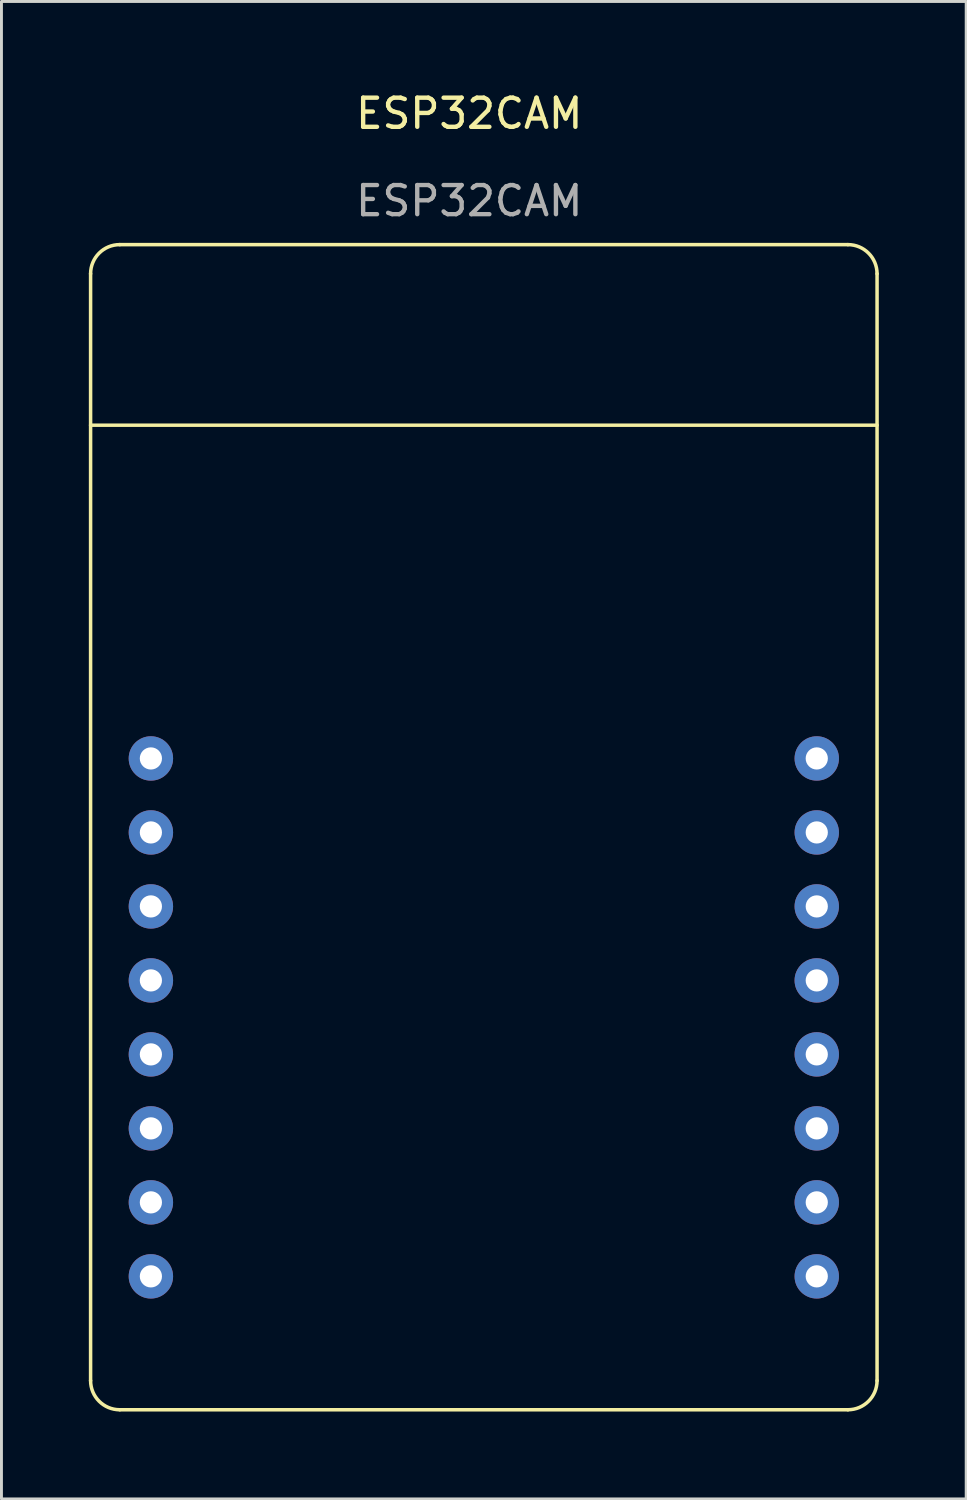
<source format=kicad_pcb>
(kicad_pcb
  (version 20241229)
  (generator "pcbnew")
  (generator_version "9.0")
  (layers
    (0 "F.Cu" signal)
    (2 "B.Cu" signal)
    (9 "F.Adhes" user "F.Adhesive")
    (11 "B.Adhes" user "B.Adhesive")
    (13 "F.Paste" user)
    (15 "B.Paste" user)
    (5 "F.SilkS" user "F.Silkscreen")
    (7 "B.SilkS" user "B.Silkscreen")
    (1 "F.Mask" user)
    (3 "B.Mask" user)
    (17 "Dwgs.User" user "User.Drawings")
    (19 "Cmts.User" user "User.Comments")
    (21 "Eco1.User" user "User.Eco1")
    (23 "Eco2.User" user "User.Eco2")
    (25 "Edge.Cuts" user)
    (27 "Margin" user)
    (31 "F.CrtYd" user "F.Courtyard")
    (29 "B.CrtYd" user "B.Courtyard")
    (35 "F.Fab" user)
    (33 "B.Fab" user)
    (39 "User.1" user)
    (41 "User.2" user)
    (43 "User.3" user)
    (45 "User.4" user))
  (footprint "ESP32CAM"
    (layer "F.Cu")
    (at 13.06 1.348)
    (property "Reference" "ESP32CAM" (at 0 -0.5 0) (unlocked yes) (layer "F.SilkS") (effects (font (size 1 1) (thickness 0.15))))
    (fp_line (start -13 5) (end -13 43) (stroke (width 0.12) (type solid)) (layer "F.SilkS"))
    (fp_line (start -13 10.2) (end 14 10.2) (stroke (width 0.12) (type solid)) (layer "F.SilkS"))
    (fp_line (start -12 44) (end 13 44) (stroke (width 0.12) (type solid)) (layer "F.SilkS"))
    (fp_line (start 13 4) (end -12 4) (stroke (width 0.12) (type solid)) (layer "F.SilkS"))
    (fp_line (start 14 43) (end 14 5) (stroke (width 0.12) (type solid)) (layer "F.SilkS"))
    (fp_arc (start -13 5) (mid -12.707107 4.292893) (end -12 4) (stroke (width 0.12) (type solid)) (layer "F.SilkS"))
    (fp_arc (start -12 44) (mid -12.707107 43.707107) (end -13 43) (stroke (width 0.12) (type solid)) (layer "F.SilkS"))
    (fp_arc (start 13 4) (mid 13.707107 4.292893) (end 14 5) (stroke (width 0.12) (type solid)) (layer "F.SilkS"))
    (fp_arc (start 14 43) (mid 13.707107 43.707107) (end 13 44) (stroke (width 0.12) (type solid)) (layer "F.SilkS"))
    (fp_text user "${REFERENCE}" (at 0 2.5 0) (unlocked yes) (layer "F.Fab") (effects (font (size 1 1) (thickness 0.15))))
    (pad "1" thru_hole circle (at -10.93 39.42) (size 1.524 1.524) (drill 0.762) (layers "*.Cu" "*.Mask"))
    (pad "2" thru_hole circle (at -10.93 36.88) (size 1.524 1.524) (drill 0.762) (layers "*.Cu" "*.Mask"))
    (pad "3" thru_hole circle (at -10.93 34.34) (size 1.524 1.524) (drill 0.762) (layers "*.Cu" "*.Mask"))
    (pad "4" thru_hole circle (at -10.93 31.8) (size 1.524 1.524) (drill 0.762) (layers "*.Cu" "*.Mask"))
    (pad "5" thru_hole circle (at -10.93 29.26) (size 1.524 1.524) (drill 0.762) (layers "*.Cu" "*.Mask"))
    (pad "6" thru_hole circle (at -10.93 26.72) (size 1.524 1.524) (drill 0.762) (layers "*.Cu" "*.Mask"))
    (pad "7" thru_hole circle (at -10.93 24.18) (size 1.524 1.524) (drill 0.762) (layers "*.Cu" "*.Mask"))
    (pad "8" thru_hole circle (at -10.93 21.64) (size 1.524 1.524) (drill 0.762) (layers "*.Cu" "*.Mask"))
    (pad "9" thru_hole circle (at 11.93 21.64) (size 1.524 1.524) (drill 0.762) (layers "*.Cu" "*.Mask"))
    (pad "10" thru_hole circle (at 11.93 24.18) (size 1.524 1.524) (drill 0.762) (layers "*.Cu" "*.Mask"))
    (pad "11" thru_hole circle (at 11.93 26.72) (size 1.524 1.524) (drill 0.762) (layers "*.Cu" "*.Mask"))
    (pad "12" thru_hole circle (at 11.93 29.26) (size 1.524 1.524) (drill 0.762) (layers "*.Cu" "*.Mask"))
    (pad "13" thru_hole circle (at 11.93 31.8) (size 1.524 1.524) (drill 0.762) (layers "*.Cu" "*.Mask"))
    (pad "14" thru_hole circle (at 11.93 34.34) (size 1.524 1.524) (drill 0.762) (layers "*.Cu" "*.Mask"))
    (pad "15" thru_hole circle (at 11.93 36.88) (size 1.524 1.524) (drill 0.762) (layers "*.Cu" "*.Mask"))
    (pad "16" thru_hole circle (at 11.93 39.42) (size 1.524 1.524) (drill 0.762) (layers "*.Cu" "*.Mask")))
  (gr_rect
    (start -3 -3)
    (end 30.12 48.408)
    (stroke (width 0.1) (type default))
    (fill no)
    (layer "Edge.Cuts")))
</source>
